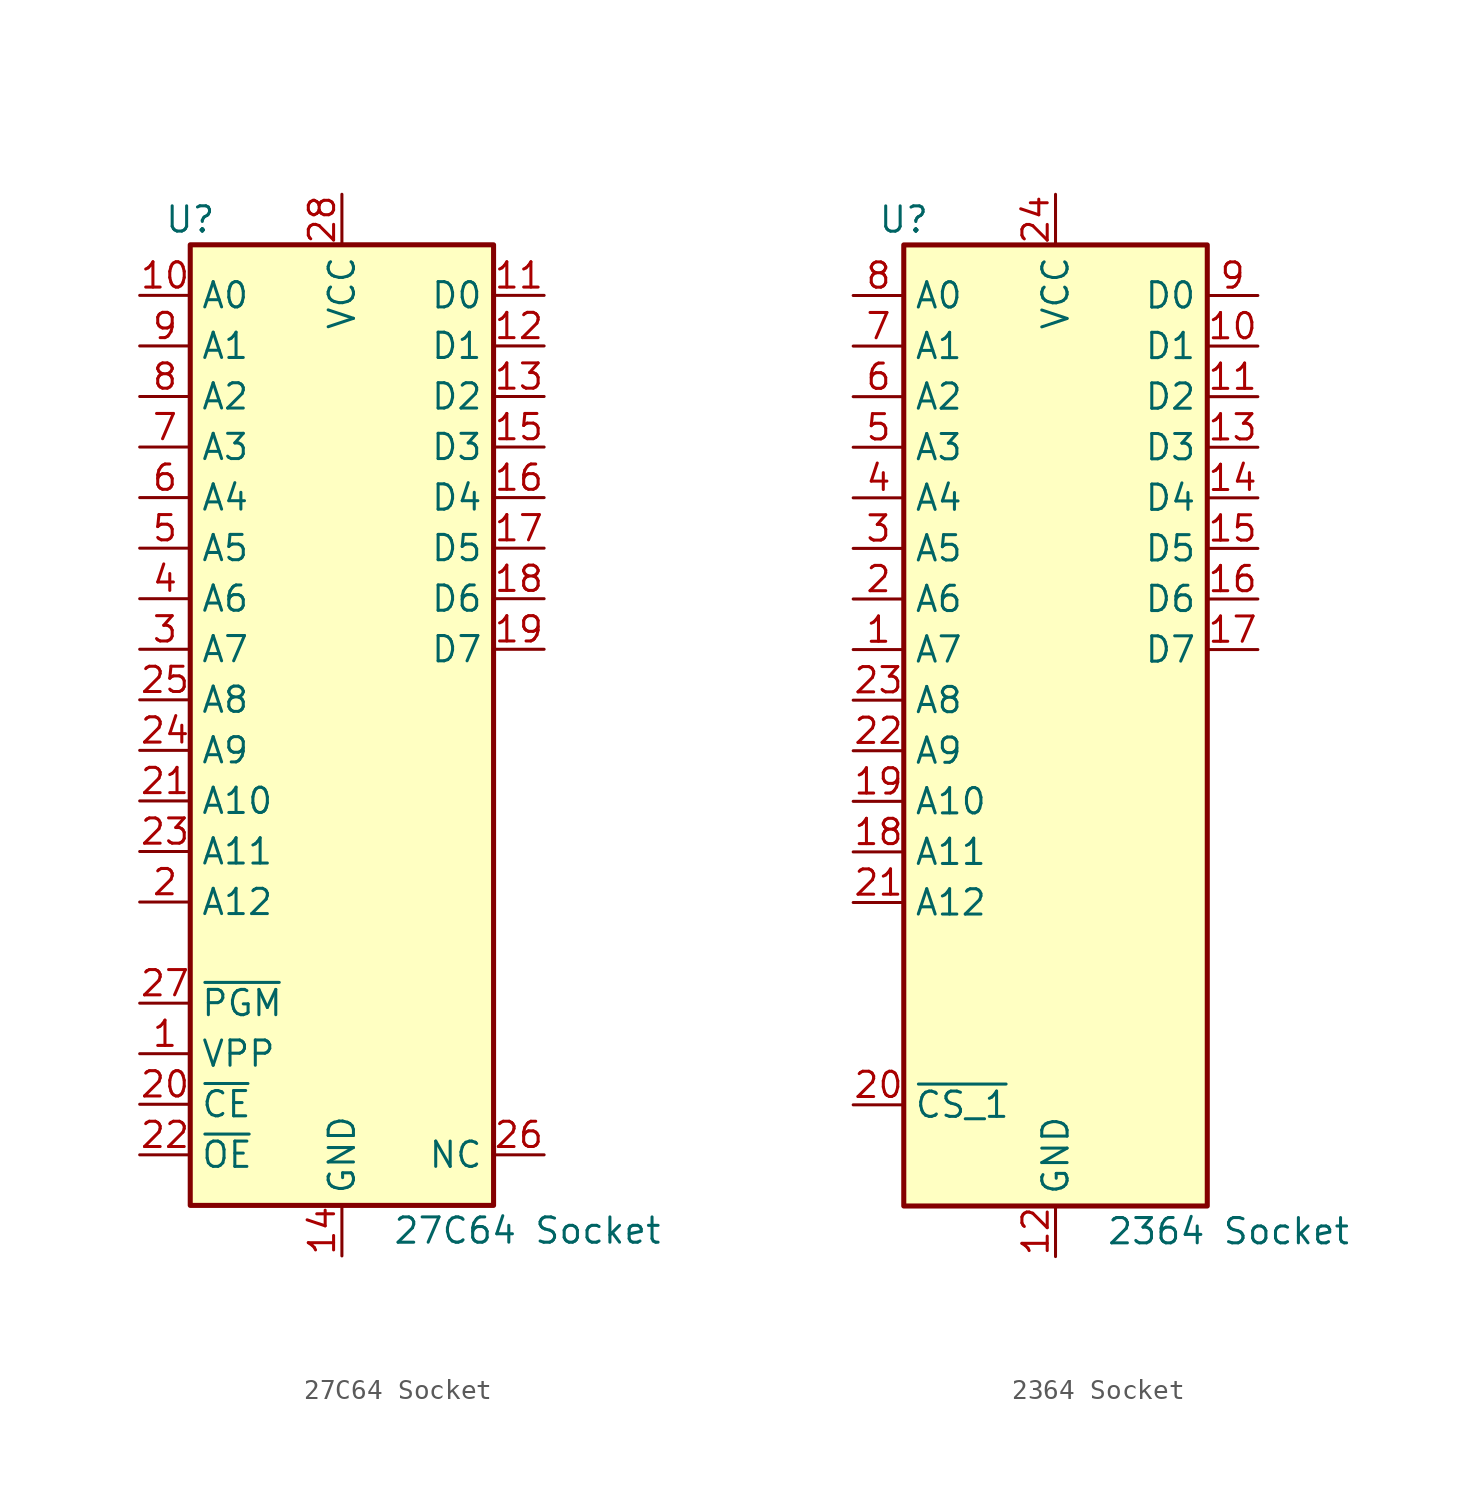
<source format=kicad_sym>
(kicad_symbol_lib
  (version 20231120)
  (generator "kicad_symbol_editor")
  (generator_version "8.0")
  (symbol "27C64 Socket"
    (property "Reference" "U"
      (at -7.62 24.13 0)
      (effects (font (size 1.27 1.27))))
    (property "Value" "27C64 Socket"
      (at 2.54 -26.67 0)
      (effects (font (size 1.27 1.27)) (justify left)))
    (symbol "27C64 Socket_1_1"
      (rectangle (start -7.62 22.86) (end 7.62 -25.4) (stroke (width 0.254) (type default)) (fill (type background)))
      (pin input line (at -10.16 -17.78 0) (length 2.54) (name "VPP" (effects (font (size 1.27 1.27)))) (number "1" (effects (font (size 1.27 1.27)))))
      (pin input line (at -10.16 20.32 0) (length 2.54) (name "A0" (effects (font (size 1.27 1.27)))) (number "10" (effects (font (size 1.27 1.27)))))
      (pin tri_state line (at 10.16 20.32 180) (length 2.54) (name "D0" (effects (font (size 1.27 1.27)))) (number "11" (effects (font (size 1.27 1.27)))))
      (pin tri_state line (at 10.16 17.78 180) (length 2.54) (name "D1" (effects (font (size 1.27 1.27)))) (number "12" (effects (font (size 1.27 1.27)))))
      (pin tri_state line (at 10.16 15.24 180) (length 2.54) (name "D2" (effects (font (size 1.27 1.27)))) (number "13" (effects (font (size 1.27 1.27)))))
      (pin power_in line (at 0 -27.94 90) (length 2.54) (name "GND" (effects (font (size 1.27 1.27)))) (number "14" (effects (font (size 1.27 1.27)))))
      (pin tri_state line (at 10.16 12.7 180) (length 2.54) (name "D3" (effects (font (size 1.27 1.27)))) (number "15" (effects (font (size 1.27 1.27)))))
      (pin tri_state line (at 10.16 10.16 180) (length 2.54) (name "D4" (effects (font (size 1.27 1.27)))) (number "16" (effects (font (size 1.27 1.27)))))
      (pin tri_state line (at 10.16 7.62 180) (length 2.54) (name "D5" (effects (font (size 1.27 1.27)))) (number "17" (effects (font (size 1.27 1.27)))))
      (pin tri_state line (at 10.16 5.08 180) (length 2.54) (name "D6" (effects (font (size 1.27 1.27)))) (number "18" (effects (font (size 1.27 1.27)))))
      (pin tri_state line (at 10.16 2.54 180) (length 2.54) (name "D7" (effects (font (size 1.27 1.27)))) (number "19" (effects (font (size 1.27 1.27)))))
      (pin input line (at -10.16 -10.16 0) (length 2.54) (name "A12" (effects (font (size 1.27 1.27)))) (number "2" (effects (font (size 1.27 1.27)))))
      (pin input line (at -10.16 -20.32 0) (length 2.54) (name "~{CE}" (effects (font (size 1.27 1.27)))) (number "20" (effects (font (size 1.27 1.27)))))
      (pin input line (at -10.16 -5.08 0) (length 2.54) (name "A10" (effects (font (size 1.27 1.27)))) (number "21" (effects (font (size 1.27 1.27)))))
      (pin input line (at -10.16 -22.86 0) (length 2.54) (name "~{OE}" (effects (font (size 1.27 1.27)))) (number "22" (effects (font (size 1.27 1.27)))))
      (pin input line (at -10.16 -7.62 0) (length 2.54) (name "A11" (effects (font (size 1.27 1.27)))) (number "23" (effects (font (size 1.27 1.27)))))
      (pin input line (at -10.16 -2.54 0) (length 2.54) (name "A9" (effects (font (size 1.27 1.27)))) (number "24" (effects (font (size 1.27 1.27)))))
      (pin input line (at -10.16 0 0) (length 2.54) (name "A8" (effects (font (size 1.27 1.27)))) (number "25" (effects (font (size 1.27 1.27)))))
      (pin free line (at 10.16 -22.86 180) (length 2.54) (name "NC" (effects (font (size 1.27 1.27)))) (number "26" (effects (font (size 1.27 1.27)))))
      (pin input line (at -10.16 -15.24 0) (length 2.54) (name "~{PGM}" (effects (font (size 1.27 1.27)))) (number "27" (effects (font (size 1.27 1.27)))))
      (pin power_in line (at 0 25.4 270) (length 2.54) (name "VCC" (effects (font (size 1.27 1.27)))) (number "28" (effects (font (size 1.27 1.27)))))
      (pin input line (at -10.16 2.54 0) (length 2.54) (name "A7" (effects (font (size 1.27 1.27)))) (number "3" (effects (font (size 1.27 1.27)))))
      (pin input line (at -10.16 5.08 0) (length 2.54) (name "A6" (effects (font (size 1.27 1.27)))) (number "4" (effects (font (size 1.27 1.27)))))
      (pin input line (at -10.16 7.62 0) (length 2.54) (name "A5" (effects (font (size 1.27 1.27)))) (number "5" (effects (font (size 1.27 1.27)))))
      (pin input line (at -10.16 10.16 0) (length 2.54) (name "A4" (effects (font (size 1.27 1.27)))) (number "6" (effects (font (size 1.27 1.27)))))
      (pin input line (at -10.16 12.7 0) (length 2.54) (name "A3" (effects (font (size 1.27 1.27)))) (number "7" (effects (font (size 1.27 1.27)))))
      (pin input line (at -10.16 15.24 0) (length 2.54) (name "A2" (effects (font (size 1.27 1.27)))) (number "8" (effects (font (size 1.27 1.27)))))
      (pin input line (at -10.16 17.78 0) (length 2.54) (name "A1" (effects (font (size 1.27 1.27)))) (number "9" (effects (font (size 1.27 1.27)))))))
  (symbol "2364 Socket"
    (property "Reference" "U"
      (at -7.62 24.13 0)
      (effects (font (size 1.27 1.27))))
    (property "Value" "2364 Socket"
      (at 2.54 -26.67 0)
      (effects (font (size 1.27 1.27)) (justify left)))
    (symbol "2364 Socket_1_1"
      (rectangle (start -7.62 22.86) (end 7.62 -25.4) (stroke (width 0.254) (type default)) (fill (type background)))
      (pin output line (at -10.16 2.54 0) (length 2.54) (name "A7" (effects (font (size 1.27 1.27)))) (number "1" (effects (font (size 1.27 1.27)))))
      (pin tri_state line (at 10.16 17.78 180) (length 2.54) (name "D1" (effects (font (size 1.27 1.27)))) (number "10" (effects (font (size 1.27 1.27)))))
      (pin tri_state line (at 10.16 15.24 180) (length 2.54) (name "D2" (effects (font (size 1.27 1.27)))) (number "11" (effects (font (size 1.27 1.27)))))
      (pin power_out line (at 0 -27.94 90) (length 2.54) (name "GND" (effects (font (size 1.27 1.27)))) (number "12" (effects (font (size 1.27 1.27)))))
      (pin tri_state line (at 10.16 12.7 180) (length 2.54) (name "D3" (effects (font (size 1.27 1.27)))) (number "13" (effects (font (size 1.27 1.27)))))
      (pin tri_state line (at 10.16 10.16 180) (length 2.54) (name "D4" (effects (font (size 1.27 1.27)))) (number "14" (effects (font (size 1.27 1.27)))))
      (pin tri_state line (at 10.16 7.62 180) (length 2.54) (name "D5" (effects (font (size 1.27 1.27)))) (number "15" (effects (font (size 1.27 1.27)))))
      (pin tri_state line (at 10.16 5.08 180) (length 2.54) (name "D6" (effects (font (size 1.27 1.27)))) (number "16" (effects (font (size 1.27 1.27)))))
      (pin tri_state line (at 10.16 2.54 180) (length 2.54) (name "D7" (effects (font (size 1.27 1.27)))) (number "17" (effects (font (size 1.27 1.27)))))
      (pin output line (at -10.16 -7.62 0) (length 2.54) (name "A11" (effects (font (size 1.27 1.27)))) (number "18" (effects (font (size 1.27 1.27)))))
      (pin output line (at -10.16 -5.08 0) (length 2.54) (name "A10" (effects (font (size 1.27 1.27)))) (number "19" (effects (font (size 1.27 1.27)))))
      (pin output line (at -10.16 5.08 0) (length 2.54) (name "A6" (effects (font (size 1.27 1.27)))) (number "2" (effects (font (size 1.27 1.27)))))
      (pin output line (at -10.16 -20.32 0) (length 2.54) (name "~{CS_1}" (effects (font (size 1.27 1.27)))) (number "20" (effects (font (size 1.27 1.27)))))
      (pin output line (at -10.16 -10.16 0) (length 2.54) (name "A12" (effects (font (size 1.27 1.27)))) (number "21" (effects (font (size 1.27 1.27)))))
      (pin output line (at -10.16 -2.54 0) (length 2.54) (name "A9" (effects (font (size 1.27 1.27)))) (number "22" (effects (font (size 1.27 1.27)))))
      (pin output line (at -10.16 0 0) (length 2.54) (name "A8" (effects (font (size 1.27 1.27)))) (number "23" (effects (font (size 1.27 1.27)))))
      (pin power_out line (at 0 25.4 270) (length 2.54) (name "VCC" (effects (font (size 1.27 1.27)))) (number "24" (effects (font (size 1.27 1.27)))))
      (pin output line (at -10.16 7.62 0) (length 2.54) (name "A5" (effects (font (size 1.27 1.27)))) (number "3" (effects (font (size 1.27 1.27)))))
      (pin output line (at -10.16 10.16 0) (length 2.54) (name "A4" (effects (font (size 1.27 1.27)))) (number "4" (effects (font (size 1.27 1.27)))))
      (pin output line (at -10.16 12.7 0) (length 2.54) (name "A3" (effects (font (size 1.27 1.27)))) (number "5" (effects (font (size 1.27 1.27)))))
      (pin output line (at -10.16 15.24 0) (length 2.54) (name "A2" (effects (font (size 1.27 1.27)))) (number "6" (effects (font (size 1.27 1.27)))))
      (pin output line (at -10.16 17.78 0) (length 2.54) (name "A1" (effects (font (size 1.27 1.27)))) (number "7" (effects (font (size 1.27 1.27)))))
      (pin output line (at -10.16 20.32 0) (length 2.54) (name "A0" (effects (font (size 1.27 1.27)))) (number "8" (effects (font (size 1.27 1.27)))))
      (pin tri_state line (at 10.16 20.32 180) (length 2.54) (name "D0" (effects (font (size 1.27 1.27)))) (number "9" (effects (font (size 1.27 1.27))))))))
</source>
